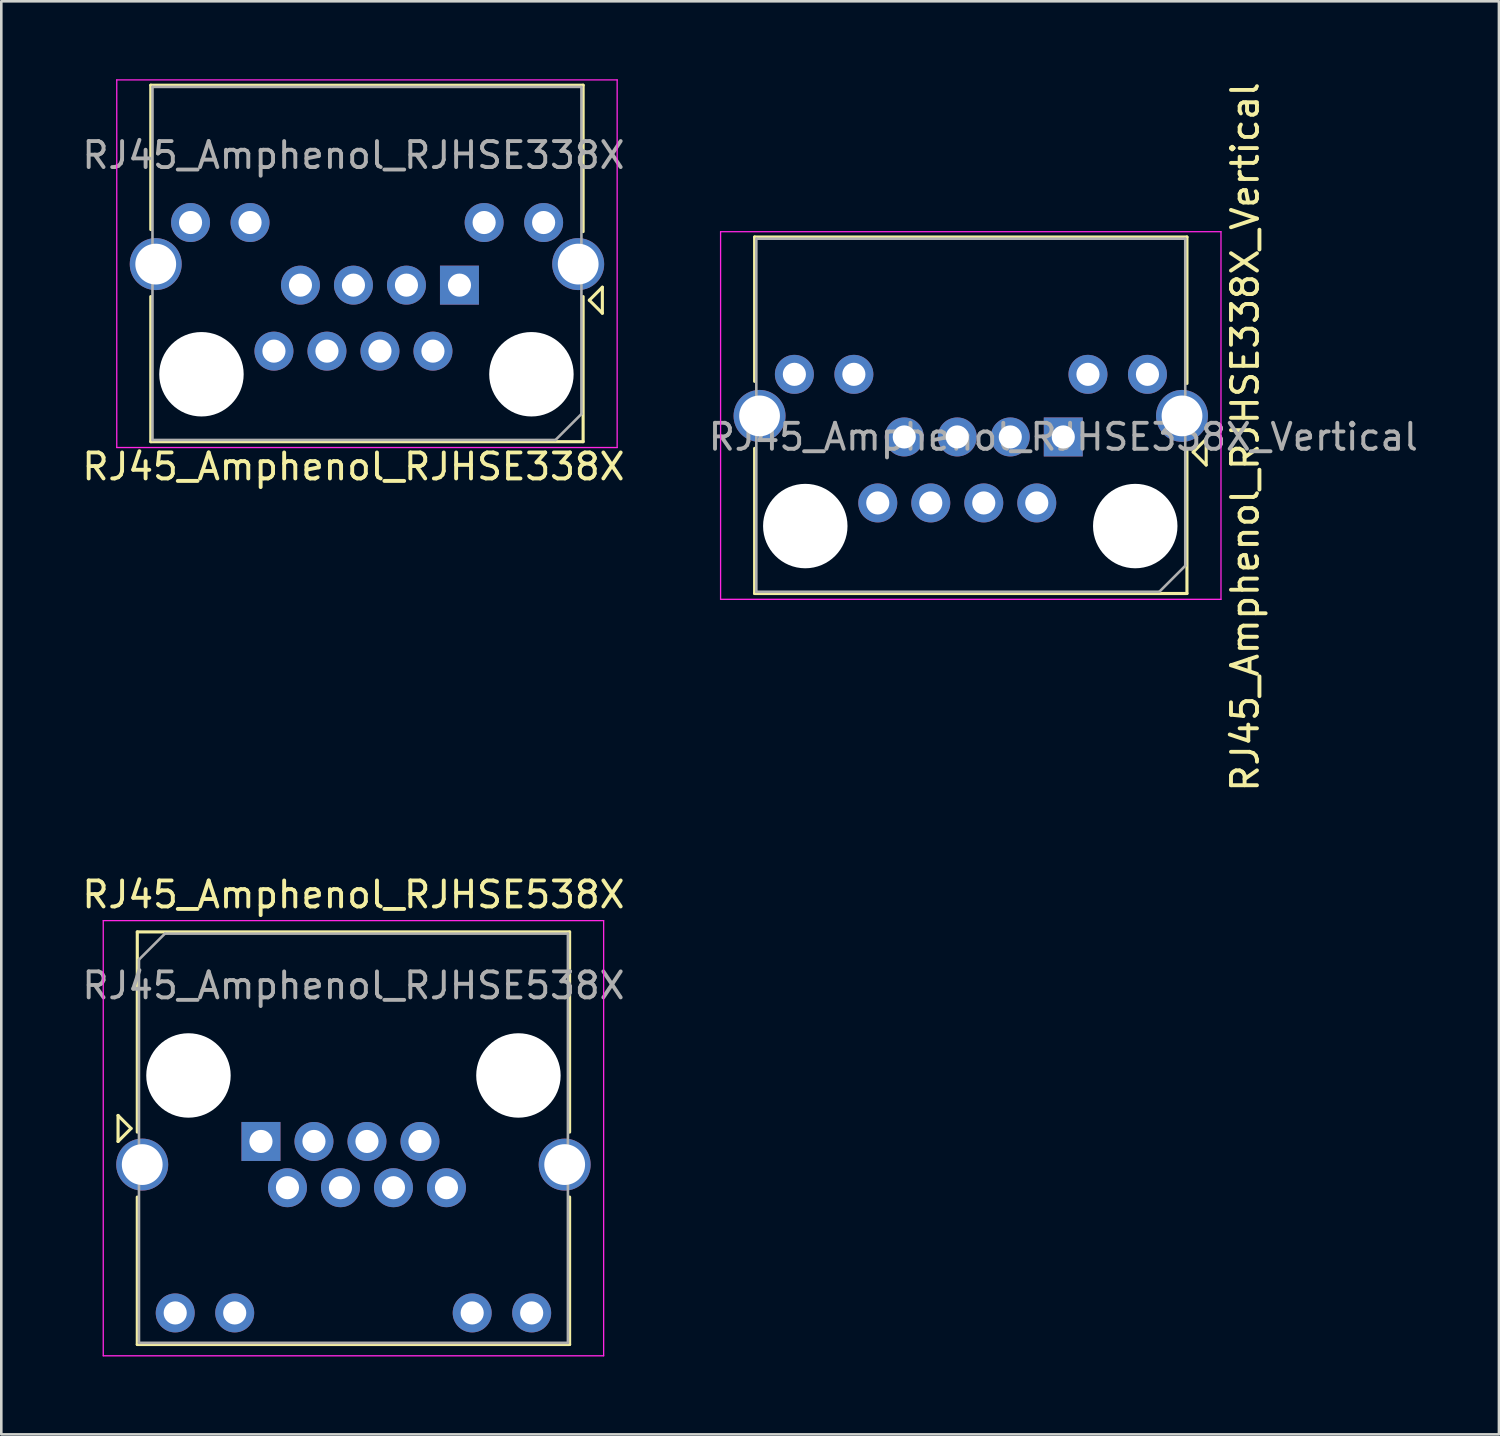
<source format=kicad_pcb>
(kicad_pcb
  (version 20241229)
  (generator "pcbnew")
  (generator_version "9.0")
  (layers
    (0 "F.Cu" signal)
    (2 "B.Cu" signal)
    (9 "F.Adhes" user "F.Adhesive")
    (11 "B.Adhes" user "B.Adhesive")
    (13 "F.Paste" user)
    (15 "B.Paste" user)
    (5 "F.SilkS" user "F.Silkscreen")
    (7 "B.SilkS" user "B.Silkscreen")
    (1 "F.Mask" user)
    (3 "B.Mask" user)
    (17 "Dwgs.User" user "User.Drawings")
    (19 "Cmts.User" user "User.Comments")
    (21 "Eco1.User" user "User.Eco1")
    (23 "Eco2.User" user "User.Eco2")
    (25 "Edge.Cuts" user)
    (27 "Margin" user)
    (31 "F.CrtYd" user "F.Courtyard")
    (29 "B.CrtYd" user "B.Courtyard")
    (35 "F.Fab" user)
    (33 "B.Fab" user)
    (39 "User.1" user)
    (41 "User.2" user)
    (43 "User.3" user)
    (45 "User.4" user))
  (footprint "RJ45_Amphenol_RJHSE338X_Vertical"
    (layer "F.Cu")
    (at 37.875 13.768)
    (property "Reference" "RJ45_Amphenol_RJHSE338X_Vertical" (at 7 0 270) (layer "F.SilkS") (effects (font (size 1 1) (thickness 0.15))))
    (attr through_hole)
    (fp_line (start -11.88 -7.695) (end -11.88 -2.14) (stroke (width 0.12) (type solid)) (layer "F.SilkS"))
    (fp_line (start -11.88 6.025) (end -11.88 0.44) (stroke (width 0.12) (type solid)) (layer "F.SilkS"))
    (fp_line (start 4.76 -7.695) (end -11.88 -7.695) (stroke (width 0.12) (type solid)) (layer "F.SilkS"))
    (fp_line (start 4.76 -7.695) (end 4.76 -2.06) (stroke (width 0.12) (type solid)) (layer "F.SilkS"))
    (fp_line (start 4.76 6.025) (end -11.88 6.025) (stroke (width 0.12) (type solid)) (layer "F.SilkS"))
    (fp_line (start 4.76 6.025) (end 4.76 0.44) (stroke (width 0.12) (type solid)) (layer "F.SilkS"))
    (fp_line (start 5 0.58) (end 5.5 0.08) (stroke (width 0.12) (type solid)) (layer "F.SilkS"))
    (fp_line (start 5.5 0.08) (end 5.5 1.08) (stroke (width 0.12) (type solid)) (layer "F.SilkS"))
    (fp_line (start 5.5 1.08) (end 5 0.58) (stroke (width 0.12) (type solid)) (layer "F.SilkS"))
    (fp_line (start -13.19 6.25) (end -13.19 -7.9) (stroke (width 0.05) (type solid)) (layer "F.CrtYd"))
    (fp_line (start 6.07 -7.9) (end -13.19 -7.9) (stroke (width 0.05) (type solid)) (layer "F.CrtYd"))
    (fp_line (start 6.07 6.25) (end -13.19 6.25) (stroke (width 0.05) (type solid)) (layer "F.CrtYd"))
    (fp_line (start 6.07 6.25) (end 6.07 -7.9) (stroke (width 0.05) (type solid)) (layer "F.CrtYd"))
    (fp_line (start -11.815 5.96) (end -11.815 -7.63) (stroke (width 0.1) (type solid)) (layer "F.Fab"))
    (fp_line (start 3.695 5.96) (end -11.815 5.96) (stroke (width 0.1) (type solid)) (layer "F.Fab"))
    (fp_line (start 4.695 -7.63) (end -11.815 -7.63) (stroke (width 0.1) (type solid)) (layer "F.Fab"))
    (fp_line (start 4.695 4.96) (end 3.695 5.96) (stroke (width 0.1) (type solid)) (layer "F.Fab"))
    (fp_line (start 4.695 4.96) (end 4.695 -7.63) (stroke (width 0.1) (type solid)) (layer "F.Fab"))
    (fp_text user "${REFERENCE}" (at 0 0 180) (layer "F.Fab") (effects (font (size 1 1) (thickness 0.15))))
    (pad "" np_thru_hole circle (at -9.93 3.43 180) (size 3.25 3.25) (drill 3.25) (layers "*.Cu" "*.Mask"))
    (pad "" np_thru_hole circle (at 2.77 3.43 180) (size 3.25 3.25) (drill 3.25) (layers "*.Cu" "*.Mask"))
    (pad "1" thru_hole rect (at 0 0 180) (size 1.5 1.5) (drill 0.89) (layers "*.Cu" "*.Mask"))
    (pad "2" thru_hole circle (at -1.02 2.54 180) (size 1.5 1.5) (drill 0.89) (layers "*.Cu" "*.Mask"))
    (pad "3" thru_hole circle (at -2.04 0 180) (size 1.5 1.5) (drill 0.89) (layers "*.Cu" "*.Mask"))
    (pad "4" thru_hole circle (at -3.06 2.54 180) (size 1.5 1.5) (drill 0.89) (layers "*.Cu" "*.Mask"))
    (pad "5" thru_hole circle (at -4.08 0 180) (size 1.5 1.5) (drill 0.89) (layers "*.Cu" "*.Mask"))
    (pad "6" thru_hole circle (at -5.1 2.54 180) (size 1.5 1.5) (drill 0.89) (layers "*.Cu" "*.Mask"))
    (pad "7" thru_hole circle (at -6.12 0 180) (size 1.5 1.5) (drill 0.89) (layers "*.Cu" "*.Mask"))
    (pad "8" thru_hole circle (at -7.14 2.54 180) (size 1.5 1.5) (drill 0.89) (layers "*.Cu" "*.Mask"))
    (pad "9" thru_hole circle (at 3.24 -2.41 180) (size 1.5 1.5) (drill 0.89) (layers "*.Cu" "*.Mask"))
    (pad "10" thru_hole circle (at 0.95 -2.41 180) (size 1.5 1.5) (drill 0.89) (layers "*.Cu" "*.Mask"))
    (pad "11" thru_hole circle (at -8.06 -2.41 180) (size 1.5 1.5) (drill 0.89) (layers "*.Cu" "*.Mask"))
    (pad "12" thru_hole circle (at -10.35 -2.41 180) (size 1.5 1.5) (drill 0.89) (layers "*.Cu" "*.Mask"))
    (pad "SH" thru_hole circle (at -11.69 -0.81 180) (size 2 2) (drill 1.57) (layers "*.Cu" "*.Mask"))
    (pad "SH" thru_hole circle (at 4.57 -0.81 180) (size 2 2) (drill 1.57) (layers "*.Cu" "*.Mask")))
  (footprint "RJ45_Amphenol_RJHSE338X"
    (layer "F.Cu")
    (at 14.634 7.925)
    (property "Reference" "RJ45_Amphenol_RJHSE338X" (at -4.08 6.985 180) (layer "F.SilkS") (effects (font (size 1 1) (thickness 0.15))))
    (attr through_hole)
    (fp_line (start -11.88 -7.695) (end -11.88 -2.14) (stroke (width 0.12) (type solid)) (layer "F.SilkS"))
    (fp_line (start -11.88 6.025) (end -11.88 0.44) (stroke (width 0.12) (type solid)) (layer "F.SilkS"))
    (fp_line (start 4.76 -7.695) (end -11.88 -7.695) (stroke (width 0.12) (type solid)) (layer "F.SilkS"))
    (fp_line (start 4.76 -7.695) (end 4.76 -2.06) (stroke (width 0.12) (type solid)) (layer "F.SilkS"))
    (fp_line (start 4.76 6.025) (end -11.88 6.025) (stroke (width 0.12) (type solid)) (layer "F.SilkS"))
    (fp_line (start 4.76 6.025) (end 4.76 0.44) (stroke (width 0.12) (type solid)) (layer "F.SilkS"))
    (fp_line (start 5 0.58) (end 5.5 0.08) (stroke (width 0.12) (type solid)) (layer "F.SilkS"))
    (fp_line (start 5.5 0.08) (end 5.5 1.08) (stroke (width 0.12) (type solid)) (layer "F.SilkS"))
    (fp_line (start 5.5 1.08) (end 5 0.58) (stroke (width 0.12) (type solid)) (layer "F.SilkS"))
    (fp_line (start -13.19 6.25) (end -13.19 -7.9) (stroke (width 0.05) (type solid)) (layer "F.CrtYd"))
    (fp_line (start 6.07 -7.9) (end -13.19 -7.9) (stroke (width 0.05) (type solid)) (layer "F.CrtYd"))
    (fp_line (start 6.07 6.25) (end -13.19 6.25) (stroke (width 0.05) (type solid)) (layer "F.CrtYd"))
    (fp_line (start 6.07 6.25) (end 6.07 -7.9) (stroke (width 0.05) (type solid)) (layer "F.CrtYd"))
    (fp_line (start -11.815 5.96) (end -11.815 -7.63) (stroke (width 0.1) (type solid)) (layer "F.Fab"))
    (fp_line (start 3.695 5.96) (end -11.815 5.96) (stroke (width 0.1) (type solid)) (layer "F.Fab"))
    (fp_line (start 4.695 -7.63) (end -11.815 -7.63) (stroke (width 0.1) (type solid)) (layer "F.Fab"))
    (fp_line (start 4.695 4.96) (end 3.695 5.96) (stroke (width 0.1) (type solid)) (layer "F.Fab"))
    (fp_line (start 4.695 4.96) (end 4.695 -7.63) (stroke (width 0.1) (type solid)) (layer "F.Fab"))
    (fp_text user "${REFERENCE}" (at -4.08 -5 180) (layer "F.Fab") (effects (font (size 1 1) (thickness 0.15))))
    (pad "" np_thru_hole circle (at -9.93 3.43 180) (size 3.25 3.25) (drill 3.25) (layers "*.Cu" "*.Mask"))
    (pad "" np_thru_hole circle (at 2.77 3.43 180) (size 3.25 3.25) (drill 3.25) (layers "*.Cu" "*.Mask"))
    (pad "1" thru_hole rect (at 0 0 180) (size 1.5 1.5) (drill 0.89) (layers "*.Cu" "*.Mask"))
    (pad "2" thru_hole circle (at -1.02 2.54 180) (size 1.5 1.5) (drill 0.89) (layers "*.Cu" "*.Mask"))
    (pad "3" thru_hole circle (at -2.04 0 180) (size 1.5 1.5) (drill 0.89) (layers "*.Cu" "*.Mask"))
    (pad "4" thru_hole circle (at -3.06 2.54 180) (size 1.5 1.5) (drill 0.89) (layers "*.Cu" "*.Mask"))
    (pad "5" thru_hole circle (at -4.08 0 180) (size 1.5 1.5) (drill 0.89) (layers "*.Cu" "*.Mask"))
    (pad "6" thru_hole circle (at -5.1 2.54 180) (size 1.5 1.5) (drill 0.89) (layers "*.Cu" "*.Mask"))
    (pad "7" thru_hole circle (at -6.12 0 180) (size 1.5 1.5) (drill 0.89) (layers "*.Cu" "*.Mask"))
    (pad "8" thru_hole circle (at -7.14 2.54 180) (size 1.5 1.5) (drill 0.89) (layers "*.Cu" "*.Mask"))
    (pad "9" thru_hole circle (at 3.24 -2.41 180) (size 1.5 1.5) (drill 0.89) (layers "*.Cu" "*.Mask"))
    (pad "10" thru_hole circle (at 0.95 -2.41 180) (size 1.5 1.5) (drill 0.89) (layers "*.Cu" "*.Mask"))
    (pad "11" thru_hole circle (at -8.06 -2.41 180) (size 1.5 1.5) (drill 0.89) (layers "*.Cu" "*.Mask"))
    (pad "12" thru_hole circle (at -10.35 -2.41 180) (size 1.5 1.5) (drill 0.89) (layers "*.Cu" "*.Mask"))
    (pad "SH" thru_hole circle (at -11.69 -0.81 180) (size 2 2) (drill 1.57) (layers "*.Cu" "*.Mask"))
    (pad "SH" thru_hole circle (at 4.57 -0.81 180) (size 2 2) (drill 1.57) (layers "*.Cu" "*.Mask")))
  (footprint "RJ45_Amphenol_RJHSE538X"
    (layer "F.Cu")
    (at 6.994 40.884)
    (property "Reference" "RJ45_Amphenol_RJHSE538X" (at 3.56 -9.5 0) (layer "F.SilkS") (effects (font (size 1 1) (thickness 0.15))))
    (attr through_hole)
    (fp_line (start -5.5 -1) (end -5 -0.5) (stroke (width 0.12) (type solid)) (layer "F.SilkS"))
    (fp_line (start -5.5 0) (end -5.5 -1) (stroke (width 0.12) (type solid)) (layer "F.SilkS"))
    (fp_line (start -5 -0.5) (end -5.5 0) (stroke (width 0.12) (type solid)) (layer "F.SilkS"))
    (fp_line (start -4.76 -8.065) (end -4.76 -0.36) (stroke (width 0.12) (type solid)) (layer "F.SilkS"))
    (fp_line (start -4.76 -8.065) (end 11.88 -8.065) (stroke (width 0.12) (type solid)) (layer "F.SilkS"))
    (fp_line (start -4.76 7.815) (end -4.76 2.14) (stroke (width 0.12) (type solid)) (layer "F.SilkS"))
    (fp_line (start -4.76 7.815) (end 11.88 7.815) (stroke (width 0.12) (type solid)) (layer "F.SilkS"))
    (fp_line (start 11.88 -8.065) (end 11.88 -0.36) (stroke (width 0.12) (type solid)) (layer "F.SilkS"))
    (fp_line (start 11.88 7.815) (end 11.88 2.14) (stroke (width 0.12) (type solid)) (layer "F.SilkS"))
    (fp_line (start -6.07 -8.5) (end -6.07 8.25) (stroke (width 0.05) (type solid)) (layer "F.CrtYd"))
    (fp_line (start -6.07 -8.5) (end 13.19 -8.5) (stroke (width 0.05) (type solid)) (layer "F.CrtYd"))
    (fp_line (start -6.07 8.25) (end 13.19 8.25) (stroke (width 0.05) (type solid)) (layer "F.CrtYd"))
    (fp_line (start 13.19 -8.5) (end 13.19 8.25) (stroke (width 0.05) (type solid)) (layer "F.CrtYd"))
    (fp_line (start -4.695 -7) (end -4.695 7.75) (stroke (width 0.1) (type solid)) (layer "F.Fab"))
    (fp_line (start -4.695 -7) (end -3.695 -8) (stroke (width 0.1) (type solid)) (layer "F.Fab"))
    (fp_line (start -4.695 7.75) (end 11.815 7.75) (stroke (width 0.1) (type solid)) (layer "F.Fab"))
    (fp_line (start -3.695 -8) (end 11.815 -8) (stroke (width 0.1) (type solid)) (layer "F.Fab"))
    (fp_line (start 11.815 -8) (end 11.815 7.75) (stroke (width 0.1) (type solid)) (layer "F.Fab"))
    (fp_text user "${REFERENCE}" (at 3.56 -6 0) (layer "F.Fab") (effects (font (size 1 1) (thickness 0.15))))
    (pad "" np_thru_hole circle (at -2.79 -2.54) (size 3.25 3.25) (drill 3.25) (layers "*.Cu" "*.Mask"))
    (pad "" np_thru_hole circle (at 9.91 -2.54) (size 3.25 3.25) (drill 3.25) (layers "*.Cu" "*.Mask"))
    (pad "1" thru_hole rect (at 0 0) (size 1.5 1.5) (drill 0.89) (layers "*.Cu" "*.Mask"))
    (pad "2" thru_hole circle (at 1.02 1.78) (size 1.5 1.5) (drill 0.89) (layers "*.Cu" "*.Mask"))
    (pad "3" thru_hole circle (at 2.04 0) (size 1.5 1.5) (drill 0.89) (layers "*.Cu" "*.Mask"))
    (pad "4" thru_hole circle (at 3.06 1.78) (size 1.5 1.5) (drill 0.89) (layers "*.Cu" "*.Mask"))
    (pad "5" thru_hole circle (at 4.08 0) (size 1.5 1.5) (drill 0.89) (layers "*.Cu" "*.Mask"))
    (pad "6" thru_hole circle (at 5.1 1.78) (size 1.5 1.5) (drill 0.89) (layers "*.Cu" "*.Mask"))
    (pad "7" thru_hole circle (at 6.12 0) (size 1.5 1.5) (drill 0.89) (layers "*.Cu" "*.Mask"))
    (pad "8" thru_hole circle (at 7.14 1.78) (size 1.5 1.5) (drill 0.89) (layers "*.Cu" "*.Mask"))
    (pad "9" thru_hole circle (at -3.3 6.6) (size 1.5 1.5) (drill 0.89) (layers "*.Cu" "*.Mask"))
    (pad "10" thru_hole circle (at -1.01 6.6) (size 1.5 1.5) (drill 0.89) (layers "*.Cu" "*.Mask"))
    (pad "11" thru_hole circle (at 8.13 6.6) (size 1.5 1.5) (drill 0.89) (layers "*.Cu" "*.Mask"))
    (pad "12" thru_hole circle (at 10.42 6.6) (size 1.5 1.5) (drill 0.89) (layers "*.Cu" "*.Mask"))
    (pad "SH" thru_hole circle (at -4.57 0.89) (size 2 2) (drill 1.57) (layers "*.Cu" "*.Mask"))
    (pad "SH" thru_hole circle (at 11.69 0.89) (size 2 2) (drill 1.57) (layers "*.Cu" "*.Mask")))
  (gr_rect
    (start -3 -3)
    (end 54.643 52.159)
    (stroke (width 0.1) (type default))
    (fill no)
    (layer "Edge.Cuts")))
</source>
